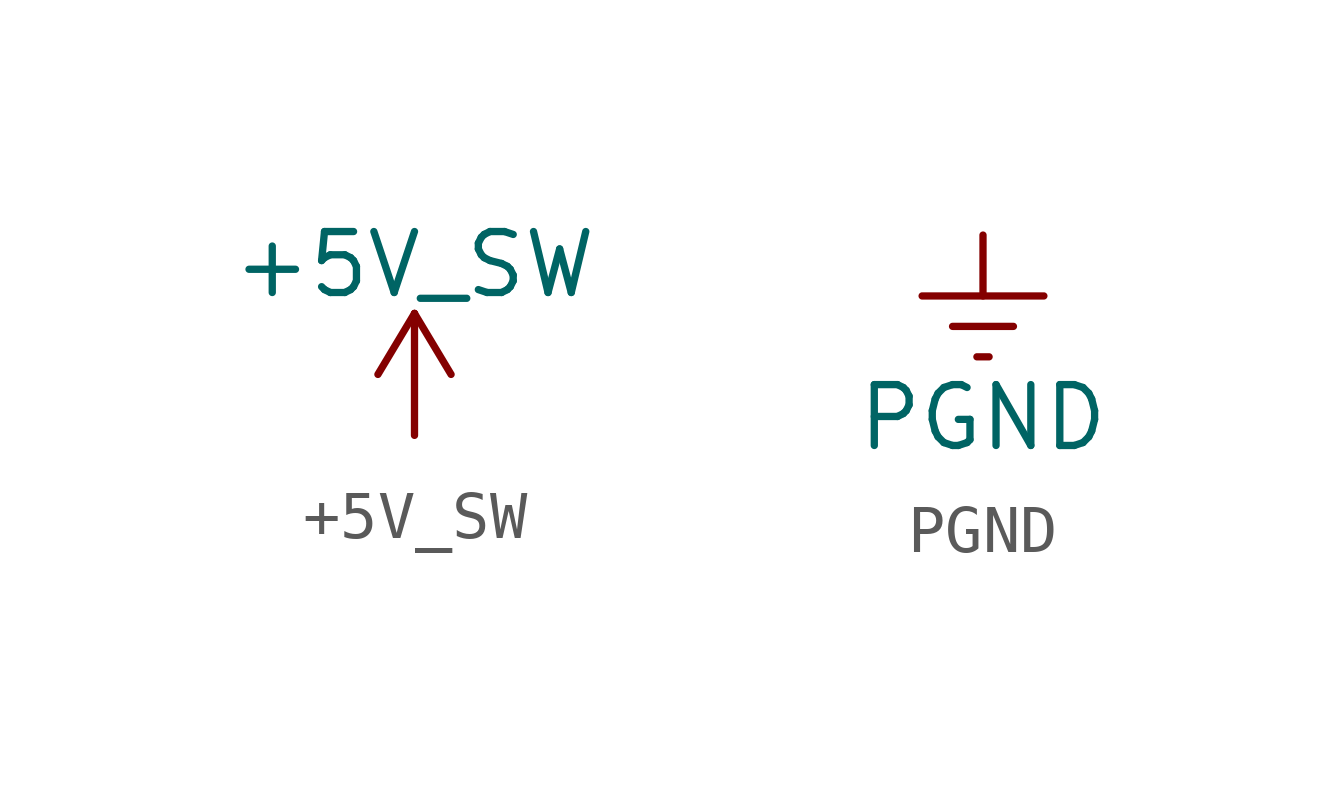
<source format=kicad_sym>
(kicad_symbol_lib
  (version 20220914)
  (generator kicad_symbol_editor)
  (symbol "+5V_SW"
    (power)
    (pin_names
      (offset 0))
    (property "Reference" "#PWR"
      (at 0 -3.81 0)
      (effects (font (size 1.27 1.27)) hide))
    (property "Value" "+5V_SW"
      (at 0 3.556 0)
      (effects (font (size 1.27 1.27))))
    (symbol "+5V_SW_0_1"
      (polyline (pts (xy -0.762 1.27) (xy 0 2.54)) (stroke (width 0) (type default)) (fill (type none)))
      (polyline (pts (xy 0 0) (xy 0 2.54)) (stroke (width 0) (type default)) (fill (type none)))
      (polyline (pts (xy 0 2.54) (xy 0.762 1.27)) (stroke (width 0) (type default)) (fill (type none))))
    (symbol "+5V_SW_1_1"
      (pin power_in line (at 0 0 90) (length 0) hide (name "+5V_SW" (effects (font (size 1.27 1.27)))) (number "1" (effects (font (size 1.27 1.27)))))))
  (symbol "PGND"
    (power)
    (pin_names
      (offset 0))
    (property "Reference" "#PWR"
      (at 0 -6.35 0)
      (effects (font (size 1.27 1.27)) hide))
    (property "Value" "PGND"
      (at 0 -3.81 0)
      (effects (font (size 1.27 1.27))))
    (symbol "PGND_0_1"
      (polyline (pts (xy -0.635 -1.905) (xy 0.635 -1.905)) (stroke (width 0) (type default)) (fill (type none)))
      (polyline (pts (xy -0.127 -2.54) (xy 0.127 -2.54)) (stroke (width 0) (type default)) (fill (type none)))
      (polyline (pts (xy 0 -1.27) (xy 0 0)) (stroke (width 0) (type default)) (fill (type none)))
      (polyline (pts (xy 1.27 -1.27) (xy -1.27 -1.27)) (stroke (width 0) (type default)) (fill (type none))))
    (symbol "PGND_1_1"
      (pin power_in line (at 0 0 270) (length 0) hide (name "PGND" (effects (font (size 1.27 1.27)))) (number "1" (effects (font (size 1.27 1.27))))))))
</source>
